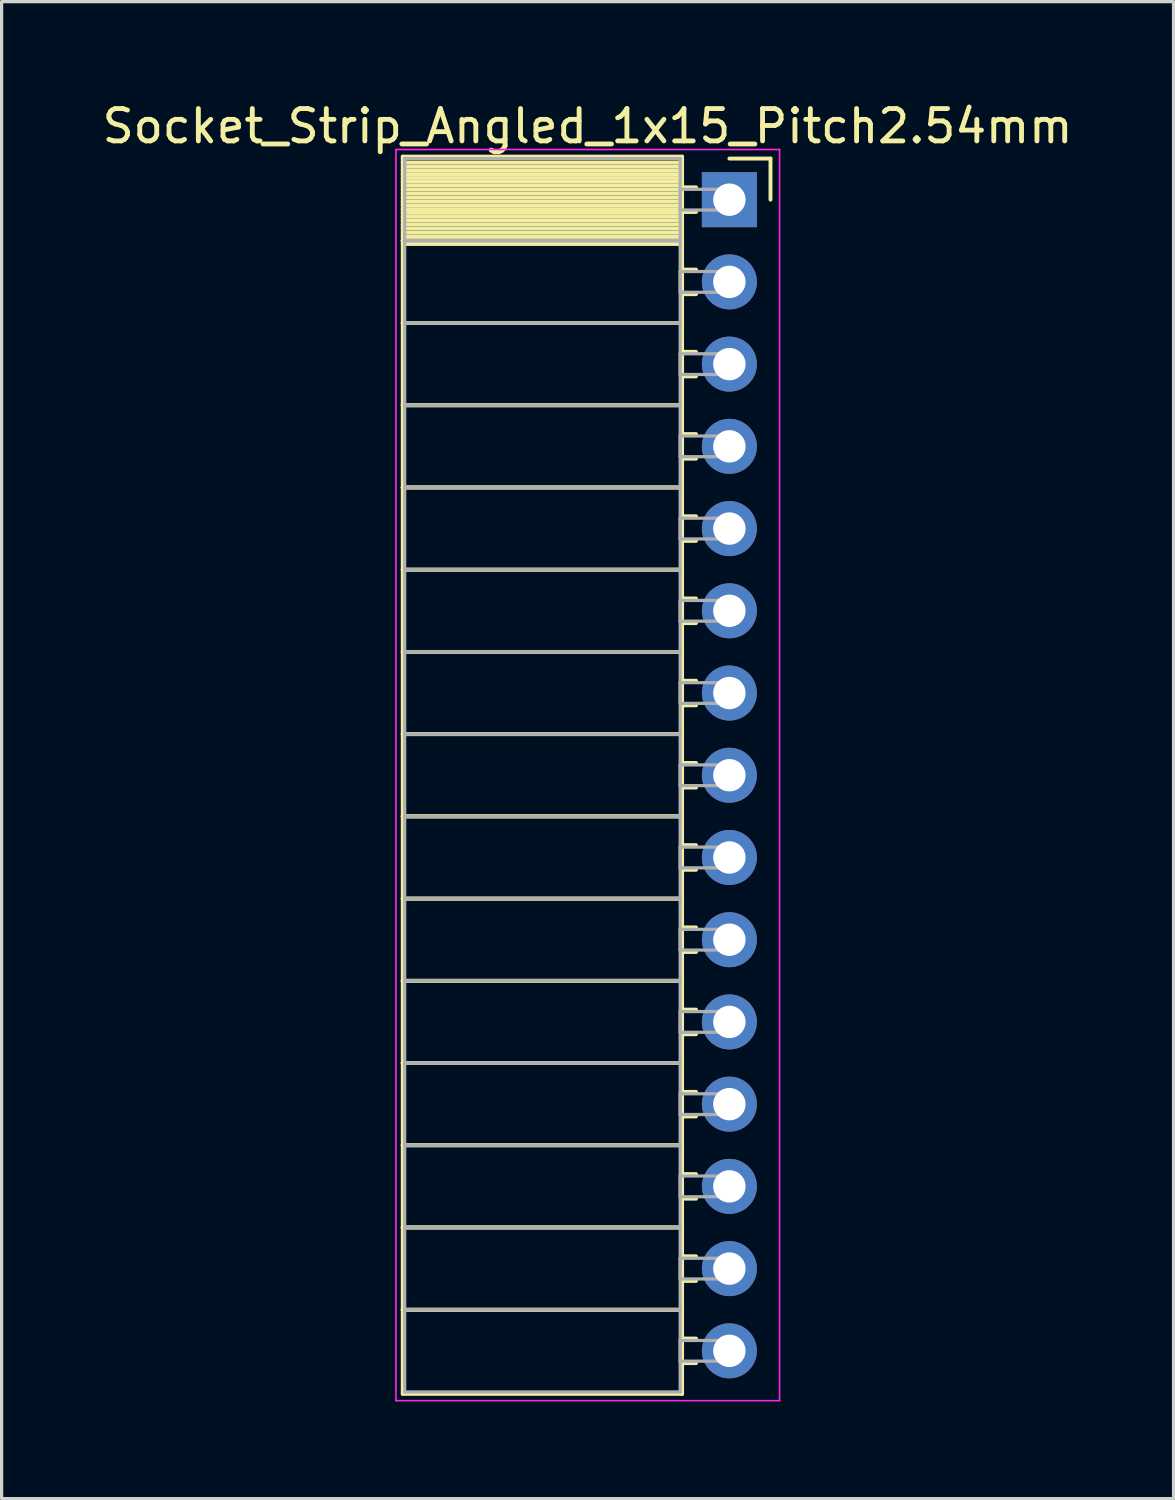
<source format=kicad_pcb>
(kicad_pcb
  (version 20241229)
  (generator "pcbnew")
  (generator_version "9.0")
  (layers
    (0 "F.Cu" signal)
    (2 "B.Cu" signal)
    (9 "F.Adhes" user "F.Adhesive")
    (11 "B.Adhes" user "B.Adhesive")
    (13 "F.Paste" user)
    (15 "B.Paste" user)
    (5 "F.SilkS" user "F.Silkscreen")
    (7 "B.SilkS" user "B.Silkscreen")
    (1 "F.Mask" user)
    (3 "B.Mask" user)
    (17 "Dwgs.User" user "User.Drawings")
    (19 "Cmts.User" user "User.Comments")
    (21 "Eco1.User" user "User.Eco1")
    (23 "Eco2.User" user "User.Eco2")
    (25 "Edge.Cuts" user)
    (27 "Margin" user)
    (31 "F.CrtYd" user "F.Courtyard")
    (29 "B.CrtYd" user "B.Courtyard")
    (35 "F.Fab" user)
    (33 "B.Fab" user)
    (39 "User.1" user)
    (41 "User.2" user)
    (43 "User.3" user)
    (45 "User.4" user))
  (footprint "Socket_Strip_Angled_1x15_Pitch2.54mm"
    (layer "F.Cu")
    (at 19.481 3.118)
    (property "Reference" "Socket_Strip_Angled_1x15_Pitch2.54mm" (at -4.38 -2.27 0) (layer "F.SilkS") (effects (font (size 1 1) (thickness 0.15))))
    (attr through_hole)
    (fp_line (start -10.09 -1.33) (end -1.46 -1.33) (stroke (width 0.12) (type solid)) (layer "F.SilkS"))
    (fp_line (start -10.09 1.27) (end -10.09 -1.33) (stroke (width 0.12) (type solid)) (layer "F.SilkS"))
    (fp_line (start -10.09 1.27) (end -1.46 1.27) (stroke (width 0.12) (type solid)) (layer "F.SilkS"))
    (fp_line (start -10.09 3.81) (end -10.09 1.27) (stroke (width 0.12) (type solid)) (layer "F.SilkS"))
    (fp_line (start -10.09 3.81) (end -1.46 3.81) (stroke (width 0.12) (type solid)) (layer "F.SilkS"))
    (fp_line (start -10.09 6.35) (end -10.09 3.81) (stroke (width 0.12) (type solid)) (layer "F.SilkS"))
    (fp_line (start -10.09 6.35) (end -1.46 6.35) (stroke (width 0.12) (type solid)) (layer "F.SilkS"))
    (fp_line (start -10.09 8.89) (end -10.09 6.35) (stroke (width 0.12) (type solid)) (layer "F.SilkS"))
    (fp_line (start -10.09 8.89) (end -1.46 8.89) (stroke (width 0.12) (type solid)) (layer "F.SilkS"))
    (fp_line (start -10.09 11.43) (end -10.09 8.89) (stroke (width 0.12) (type solid)) (layer "F.SilkS"))
    (fp_line (start -10.09 11.43) (end -1.46 11.43) (stroke (width 0.12) (type solid)) (layer "F.SilkS"))
    (fp_line (start -10.09 13.97) (end -10.09 11.43) (stroke (width 0.12) (type solid)) (layer "F.SilkS"))
    (fp_line (start -10.09 13.97) (end -1.46 13.97) (stroke (width 0.12) (type solid)) (layer "F.SilkS"))
    (fp_line (start -10.09 16.51) (end -10.09 13.97) (stroke (width 0.12) (type solid)) (layer "F.SilkS"))
    (fp_line (start -10.09 16.51) (end -1.46 16.51) (stroke (width 0.12) (type solid)) (layer "F.SilkS"))
    (fp_line (start -10.09 19.05) (end -10.09 16.51) (stroke (width 0.12) (type solid)) (layer "F.SilkS"))
    (fp_line (start -10.09 19.05) (end -1.46 19.05) (stroke (width 0.12) (type solid)) (layer "F.SilkS"))
    (fp_line (start -10.09 21.59) (end -10.09 19.05) (stroke (width 0.12) (type solid)) (layer "F.SilkS"))
    (fp_line (start -10.09 21.59) (end -1.46 21.59) (stroke (width 0.12) (type solid)) (layer "F.SilkS"))
    (fp_line (start -10.09 24.13) (end -10.09 21.59) (stroke (width 0.12) (type solid)) (layer "F.SilkS"))
    (fp_line (start -10.09 24.13) (end -1.46 24.13) (stroke (width 0.12) (type solid)) (layer "F.SilkS"))
    (fp_line (start -10.09 26.67) (end -10.09 24.13) (stroke (width 0.12) (type solid)) (layer "F.SilkS"))
    (fp_line (start -10.09 26.67) (end -1.46 26.67) (stroke (width 0.12) (type solid)) (layer "F.SilkS"))
    (fp_line (start -10.09 29.21) (end -10.09 26.67) (stroke (width 0.12) (type solid)) (layer "F.SilkS"))
    (fp_line (start -10.09 29.21) (end -1.46 29.21) (stroke (width 0.12) (type solid)) (layer "F.SilkS"))
    (fp_line (start -10.09 31.75) (end -10.09 29.21) (stroke (width 0.12) (type solid)) (layer "F.SilkS"))
    (fp_line (start -10.09 31.75) (end -1.46 31.75) (stroke (width 0.12) (type solid)) (layer "F.SilkS"))
    (fp_line (start -10.09 34.29) (end -10.09 31.75) (stroke (width 0.12) (type solid)) (layer "F.SilkS"))
    (fp_line (start -10.09 34.29) (end -1.46 34.29) (stroke (width 0.12) (type solid)) (layer "F.SilkS"))
    (fp_line (start -10.09 36.89) (end -10.09 34.29) (stroke (width 0.12) (type solid)) (layer "F.SilkS"))
    (fp_line (start -1.46 -1.33) (end -1.46 1.27) (stroke (width 0.12) (type solid)) (layer "F.SilkS"))
    (fp_line (start -1.46 -1.15) (end -10.09 -1.15) (stroke (width 0.12) (type solid)) (layer "F.SilkS"))
    (fp_line (start -1.46 -1.03) (end -10.09 -1.03) (stroke (width 0.12) (type solid)) (layer "F.SilkS"))
    (fp_line (start -1.46 -0.91) (end -10.09 -0.91) (stroke (width 0.12) (type solid)) (layer "F.SilkS"))
    (fp_line (start -1.46 -0.79) (end -10.09 -0.79) (stroke (width 0.12) (type solid)) (layer "F.SilkS"))
    (fp_line (start -1.46 -0.67) (end -10.09 -0.67) (stroke (width 0.12) (type solid)) (layer "F.SilkS"))
    (fp_line (start -1.46 -0.55) (end -10.09 -0.55) (stroke (width 0.12) (type solid)) (layer "F.SilkS"))
    (fp_line (start -1.46 -0.43) (end -10.09 -0.43) (stroke (width 0.12) (type solid)) (layer "F.SilkS"))
    (fp_line (start -1.46 -0.31) (end -10.09 -0.31) (stroke (width 0.12) (type solid)) (layer "F.SilkS"))
    (fp_line (start -1.46 -0.19) (end -10.09 -0.19) (stroke (width 0.12) (type solid)) (layer "F.SilkS"))
    (fp_line (start -1.46 -0.07) (end -10.09 -0.07) (stroke (width 0.12) (type solid)) (layer "F.SilkS"))
    (fp_line (start -1.46 0.05) (end -10.09 0.05) (stroke (width 0.12) (type solid)) (layer "F.SilkS"))
    (fp_line (start -1.46 0.17) (end -10.09 0.17) (stroke (width 0.12) (type solid)) (layer "F.SilkS"))
    (fp_line (start -1.46 0.29) (end -10.09 0.29) (stroke (width 0.12) (type solid)) (layer "F.SilkS"))
    (fp_line (start -1.46 0.41) (end -10.09 0.41) (stroke (width 0.12) (type solid)) (layer "F.SilkS"))
    (fp_line (start -1.46 0.53) (end -10.09 0.53) (stroke (width 0.12) (type solid)) (layer "F.SilkS"))
    (fp_line (start -1.46 0.65) (end -10.09 0.65) (stroke (width 0.12) (type solid)) (layer "F.SilkS"))
    (fp_line (start -1.46 0.77) (end -10.09 0.77) (stroke (width 0.12) (type solid)) (layer "F.SilkS"))
    (fp_line (start -1.46 0.89) (end -10.09 0.89) (stroke (width 0.12) (type solid)) (layer "F.SilkS"))
    (fp_line (start -1.46 1.01) (end -10.09 1.01) (stroke (width 0.12) (type solid)) (layer "F.SilkS"))
    (fp_line (start -1.46 1.13) (end -10.09 1.13) (stroke (width 0.12) (type solid)) (layer "F.SilkS"))
    (fp_line (start -1.46 1.25) (end -10.09 1.25) (stroke (width 0.12) (type solid)) (layer "F.SilkS"))
    (fp_line (start -1.46 1.27) (end -10.09 1.27) (stroke (width 0.12) (type solid)) (layer "F.SilkS"))
    (fp_line (start -1.46 1.27) (end -1.46 3.81) (stroke (width 0.12) (type solid)) (layer "F.SilkS"))
    (fp_line (start -1.46 1.37) (end -10.09 1.37) (stroke (width 0.12) (type solid)) (layer "F.SilkS"))
    (fp_line (start -1.46 3.81) (end -10.09 3.81) (stroke (width 0.12) (type solid)) (layer "F.SilkS"))
    (fp_line (start -1.46 3.81) (end -1.46 6.35) (stroke (width 0.12) (type solid)) (layer "F.SilkS"))
    (fp_line (start -1.46 6.35) (end -10.09 6.35) (stroke (width 0.12) (type solid)) (layer "F.SilkS"))
    (fp_line (start -1.46 6.35) (end -1.46 8.89) (stroke (width 0.12) (type solid)) (layer "F.SilkS"))
    (fp_line (start -1.46 8.89) (end -10.09 8.89) (stroke (width 0.12) (type solid)) (layer "F.SilkS"))
    (fp_line (start -1.46 8.89) (end -1.46 11.43) (stroke (width 0.12) (type solid)) (layer "F.SilkS"))
    (fp_line (start -1.46 11.43) (end -10.09 11.43) (stroke (width 0.12) (type solid)) (layer "F.SilkS"))
    (fp_line (start -1.46 11.43) (end -1.46 13.97) (stroke (width 0.12) (type solid)) (layer "F.SilkS"))
    (fp_line (start -1.46 13.97) (end -10.09 13.97) (stroke (width 0.12) (type solid)) (layer "F.SilkS"))
    (fp_line (start -1.46 13.97) (end -1.46 16.51) (stroke (width 0.12) (type solid)) (layer "F.SilkS"))
    (fp_line (start -1.46 16.51) (end -10.09 16.51) (stroke (width 0.12) (type solid)) (layer "F.SilkS"))
    (fp_line (start -1.46 16.51) (end -1.46 19.05) (stroke (width 0.12) (type solid)) (layer "F.SilkS"))
    (fp_line (start -1.46 19.05) (end -10.09 19.05) (stroke (width 0.12) (type solid)) (layer "F.SilkS"))
    (fp_line (start -1.46 19.05) (end -1.46 21.59) (stroke (width 0.12) (type solid)) (layer "F.SilkS"))
    (fp_line (start -1.46 21.59) (end -10.09 21.59) (stroke (width 0.12) (type solid)) (layer "F.SilkS"))
    (fp_line (start -1.46 21.59) (end -1.46 24.13) (stroke (width 0.12) (type solid)) (layer "F.SilkS"))
    (fp_line (start -1.46 24.13) (end -10.09 24.13) (stroke (width 0.12) (type solid)) (layer "F.SilkS"))
    (fp_line (start -1.46 24.13) (end -1.46 26.67) (stroke (width 0.12) (type solid)) (layer "F.SilkS"))
    (fp_line (start -1.46 26.67) (end -10.09 26.67) (stroke (width 0.12) (type solid)) (layer "F.SilkS"))
    (fp_line (start -1.46 26.67) (end -1.46 29.21) (stroke (width 0.12) (type solid)) (layer "F.SilkS"))
    (fp_line (start -1.46 29.21) (end -10.09 29.21) (stroke (width 0.12) (type solid)) (layer "F.SilkS"))
    (fp_line (start -1.46 29.21) (end -1.46 31.75) (stroke (width 0.12) (type solid)) (layer "F.SilkS"))
    (fp_line (start -1.46 31.75) (end -10.09 31.75) (stroke (width 0.12) (type solid)) (layer "F.SilkS"))
    (fp_line (start -1.46 31.75) (end -1.46 34.29) (stroke (width 0.12) (type solid)) (layer "F.SilkS"))
    (fp_line (start -1.46 34.29) (end -10.09 34.29) (stroke (width 0.12) (type solid)) (layer "F.SilkS"))
    (fp_line (start -1.46 34.29) (end -1.46 36.89) (stroke (width 0.12) (type solid)) (layer "F.SilkS"))
    (fp_line (start -1.46 36.89) (end -10.09 36.89) (stroke (width 0.12) (type solid)) (layer "F.SilkS"))
    (fp_line (start -1.03 -0.38) (end -1.46 -0.38) (stroke (width 0.12) (type solid)) (layer "F.SilkS"))
    (fp_line (start -1.03 0.38) (end -1.46 0.38) (stroke (width 0.12) (type solid)) (layer "F.SilkS"))
    (fp_line (start -1.03 2.16) (end -1.46 2.16) (stroke (width 0.12) (type solid)) (layer "F.SilkS"))
    (fp_line (start -1.03 2.92) (end -1.46 2.92) (stroke (width 0.12) (type solid)) (layer "F.SilkS"))
    (fp_line (start -1.03 4.7) (end -1.46 4.7) (stroke (width 0.12) (type solid)) (layer "F.SilkS"))
    (fp_line (start -1.03 5.46) (end -1.46 5.46) (stroke (width 0.12) (type solid)) (layer "F.SilkS"))
    (fp_line (start -1.03 7.24) (end -1.46 7.24) (stroke (width 0.12) (type solid)) (layer "F.SilkS"))
    (fp_line (start -1.03 8) (end -1.46 8) (stroke (width 0.12) (type solid)) (layer "F.SilkS"))
    (fp_line (start -1.03 9.78) (end -1.46 9.78) (stroke (width 0.12) (type solid)) (layer "F.SilkS"))
    (fp_line (start -1.03 10.54) (end -1.46 10.54) (stroke (width 0.12) (type solid)) (layer "F.SilkS"))
    (fp_line (start -1.03 12.32) (end -1.46 12.32) (stroke (width 0.12) (type solid)) (layer "F.SilkS"))
    (fp_line (start -1.03 13.08) (end -1.46 13.08) (stroke (width 0.12) (type solid)) (layer "F.SilkS"))
    (fp_line (start -1.03 14.86) (end -1.46 14.86) (stroke (width 0.12) (type solid)) (layer "F.SilkS"))
    (fp_line (start -1.03 15.62) (end -1.46 15.62) (stroke (width 0.12) (type solid)) (layer "F.SilkS"))
    (fp_line (start -1.03 17.4) (end -1.46 17.4) (stroke (width 0.12) (type solid)) (layer "F.SilkS"))
    (fp_line (start -1.03 18.16) (end -1.46 18.16) (stroke (width 0.12) (type solid)) (layer "F.SilkS"))
    (fp_line (start -1.03 19.94) (end -1.46 19.94) (stroke (width 0.12) (type solid)) (layer "F.SilkS"))
    (fp_line (start -1.03 20.7) (end -1.46 20.7) (stroke (width 0.12) (type solid)) (layer "F.SilkS"))
    (fp_line (start -1.03 22.48) (end -1.46 22.48) (stroke (width 0.12) (type solid)) (layer "F.SilkS"))
    (fp_line (start -1.03 23.24) (end -1.46 23.24) (stroke (width 0.12) (type solid)) (layer "F.SilkS"))
    (fp_line (start -1.03 25.02) (end -1.46 25.02) (stroke (width 0.12) (type solid)) (layer "F.SilkS"))
    (fp_line (start -1.03 25.78) (end -1.46 25.78) (stroke (width 0.12) (type solid)) (layer "F.SilkS"))
    (fp_line (start -1.03 27.56) (end -1.46 27.56) (stroke (width 0.12) (type solid)) (layer "F.SilkS"))
    (fp_line (start -1.03 28.32) (end -1.46 28.32) (stroke (width 0.12) (type solid)) (layer "F.SilkS"))
    (fp_line (start -1.03 30.1) (end -1.46 30.1) (stroke (width 0.12) (type solid)) (layer "F.SilkS"))
    (fp_line (start -1.03 30.86) (end -1.46 30.86) (stroke (width 0.12) (type solid)) (layer "F.SilkS"))
    (fp_line (start -1.03 32.64) (end -1.46 32.64) (stroke (width 0.12) (type solid)) (layer "F.SilkS"))
    (fp_line (start -1.03 33.4) (end -1.46 33.4) (stroke (width 0.12) (type solid)) (layer "F.SilkS"))
    (fp_line (start -1.03 35.18) (end -1.46 35.18) (stroke (width 0.12) (type solid)) (layer "F.SilkS"))
    (fp_line (start -1.03 35.94) (end -1.46 35.94) (stroke (width 0.12) (type solid)) (layer "F.SilkS"))
    (fp_line (start 0 -1.27) (end 1.27 -1.27) (stroke (width 0.12) (type solid)) (layer "F.SilkS"))
    (fp_line (start 1.27 -1.27) (end 1.27 0) (stroke (width 0.12) (type solid)) (layer "F.SilkS"))
    (fp_line (start -10.3 -1.55) (end 1.55 -1.55) (stroke (width 0.05) (type solid)) (layer "F.CrtYd"))
    (fp_line (start -10.3 37.1) (end -10.3 -1.55) (stroke (width 0.05) (type solid)) (layer "F.CrtYd"))
    (fp_line (start 1.55 -1.55) (end 1.55 37.1) (stroke (width 0.05) (type solid)) (layer "F.CrtYd"))
    (fp_line (start 1.55 37.1) (end -10.3 37.1) (stroke (width 0.05) (type solid)) (layer "F.CrtYd"))
    (fp_line (start -10.03 -1.27) (end -1.52 -1.27) (stroke (width 0.1) (type solid)) (layer "F.Fab"))
    (fp_line (start -10.03 1.27) (end -10.03 -1.27) (stroke (width 0.1) (type solid)) (layer "F.Fab"))
    (fp_line (start -10.03 1.27) (end -1.52 1.27) (stroke (width 0.1) (type solid)) (layer "F.Fab"))
    (fp_line (start -10.03 3.81) (end -10.03 1.27) (stroke (width 0.1) (type solid)) (layer "F.Fab"))
    (fp_line (start -10.03 3.81) (end -1.52 3.81) (stroke (width 0.1) (type solid)) (layer "F.Fab"))
    (fp_line (start -10.03 6.35) (end -10.03 3.81) (stroke (width 0.1) (type solid)) (layer "F.Fab"))
    (fp_line (start -10.03 6.35) (end -1.52 6.35) (stroke (width 0.1) (type solid)) (layer "F.Fab"))
    (fp_line (start -10.03 8.89) (end -10.03 6.35) (stroke (width 0.1) (type solid)) (layer "F.Fab"))
    (fp_line (start -10.03 8.89) (end -1.52 8.89) (stroke (width 0.1) (type solid)) (layer "F.Fab"))
    (fp_line (start -10.03 11.43) (end -10.03 8.89) (stroke (width 0.1) (type solid)) (layer "F.Fab"))
    (fp_line (start -10.03 11.43) (end -1.52 11.43) (stroke (width 0.1) (type solid)) (layer "F.Fab"))
    (fp_line (start -10.03 13.97) (end -10.03 11.43) (stroke (width 0.1) (type solid)) (layer "F.Fab"))
    (fp_line (start -10.03 13.97) (end -1.52 13.97) (stroke (width 0.1) (type solid)) (layer "F.Fab"))
    (fp_line (start -10.03 16.51) (end -10.03 13.97) (stroke (width 0.1) (type solid)) (layer "F.Fab"))
    (fp_line (start -10.03 16.51) (end -1.52 16.51) (stroke (width 0.1) (type solid)) (layer "F.Fab"))
    (fp_line (start -10.03 19.05) (end -10.03 16.51) (stroke (width 0.1) (type solid)) (layer "F.Fab"))
    (fp_line (start -10.03 19.05) (end -1.52 19.05) (stroke (width 0.1) (type solid)) (layer "F.Fab"))
    (fp_line (start -10.03 21.59) (end -10.03 19.05) (stroke (width 0.1) (type solid)) (layer "F.Fab"))
    (fp_line (start -10.03 21.59) (end -1.52 21.59) (stroke (width 0.1) (type solid)) (layer "F.Fab"))
    (fp_line (start -10.03 24.13) (end -10.03 21.59) (stroke (width 0.1) (type solid)) (layer "F.Fab"))
    (fp_line (start -10.03 24.13) (end -1.52 24.13) (stroke (width 0.1) (type solid)) (layer "F.Fab"))
    (fp_line (start -10.03 26.67) (end -10.03 24.13) (stroke (width 0.1) (type solid)) (layer "F.Fab"))
    (fp_line (start -10.03 26.67) (end -1.52 26.67) (stroke (width 0.1) (type solid)) (layer "F.Fab"))
    (fp_line (start -10.03 29.21) (end -10.03 26.67) (stroke (width 0.1) (type solid)) (layer "F.Fab"))
    (fp_line (start -10.03 29.21) (end -1.52 29.21) (stroke (width 0.1) (type solid)) (layer "F.Fab"))
    (fp_line (start -10.03 31.75) (end -10.03 29.21) (stroke (width 0.1) (type solid)) (layer "F.Fab"))
    (fp_line (start -10.03 31.75) (end -1.52 31.75) (stroke (width 0.1) (type solid)) (layer "F.Fab"))
    (fp_line (start -10.03 34.29) (end -10.03 31.75) (stroke (width 0.1) (type solid)) (layer "F.Fab"))
    (fp_line (start -10.03 34.29) (end -1.52 34.29) (stroke (width 0.1) (type solid)) (layer "F.Fab"))
    (fp_line (start -10.03 36.83) (end -10.03 34.29) (stroke (width 0.1) (type solid)) (layer "F.Fab"))
    (fp_line (start -1.52 -1.27) (end -1.52 1.27) (stroke (width 0.1) (type solid)) (layer "F.Fab"))
    (fp_line (start -1.52 -0.32) (end 0 -0.32) (stroke (width 0.1) (type solid)) (layer "F.Fab"))
    (fp_line (start -1.52 0.32) (end -1.52 -0.32) (stroke (width 0.1) (type solid)) (layer "F.Fab"))
    (fp_line (start -1.52 1.27) (end -10.03 1.27) (stroke (width 0.1) (type solid)) (layer "F.Fab"))
    (fp_line (start -1.52 1.27) (end -1.52 3.81) (stroke (width 0.1) (type solid)) (layer "F.Fab"))
    (fp_line (start -1.52 2.22) (end 0 2.22) (stroke (width 0.1) (type solid)) (layer "F.Fab"))
    (fp_line (start -1.52 2.86) (end -1.52 2.22) (stroke (width 0.1) (type solid)) (layer "F.Fab"))
    (fp_line (start -1.52 3.81) (end -10.03 3.81) (stroke (width 0.1) (type solid)) (layer "F.Fab"))
    (fp_line (start -1.52 3.81) (end -1.52 6.35) (stroke (width 0.1) (type solid)) (layer "F.Fab"))
    (fp_line (start -1.52 4.76) (end 0 4.76) (stroke (width 0.1) (type solid)) (layer "F.Fab"))
    (fp_line (start -1.52 5.4) (end -1.52 4.76) (stroke (width 0.1) (type solid)) (layer "F.Fab"))
    (fp_line (start -1.52 6.35) (end -10.03 6.35) (stroke (width 0.1) (type solid)) (layer "F.Fab"))
    (fp_line (start -1.52 6.35) (end -1.52 8.89) (stroke (width 0.1) (type solid)) (layer "F.Fab"))
    (fp_line (start -1.52 7.3) (end 0 7.3) (stroke (width 0.1) (type solid)) (layer "F.Fab"))
    (fp_line (start -1.52 7.94) (end -1.52 7.3) (stroke (width 0.1) (type solid)) (layer "F.Fab"))
    (fp_line (start -1.52 8.89) (end -10.03 8.89) (stroke (width 0.1) (type solid)) (layer "F.Fab"))
    (fp_line (start -1.52 8.89) (end -1.52 11.43) (stroke (width 0.1) (type solid)) (layer "F.Fab"))
    (fp_line (start -1.52 9.84) (end 0 9.84) (stroke (width 0.1) (type solid)) (layer "F.Fab"))
    (fp_line (start -1.52 10.48) (end -1.52 9.84) (stroke (width 0.1) (type solid)) (layer "F.Fab"))
    (fp_line (start -1.52 11.43) (end -10.03 11.43) (stroke (width 0.1) (type solid)) (layer "F.Fab"))
    (fp_line (start -1.52 11.43) (end -1.52 13.97) (stroke (width 0.1) (type solid)) (layer "F.Fab"))
    (fp_line (start -1.52 12.38) (end 0 12.38) (stroke (width 0.1) (type solid)) (layer "F.Fab"))
    (fp_line (start -1.52 13.02) (end -1.52 12.38) (stroke (width 0.1) (type solid)) (layer "F.Fab"))
    (fp_line (start -1.52 13.97) (end -10.03 13.97) (stroke (width 0.1) (type solid)) (layer "F.Fab"))
    (fp_line (start -1.52 13.97) (end -1.52 16.51) (stroke (width 0.1) (type solid)) (layer "F.Fab"))
    (fp_line (start -1.52 14.92) (end 0 14.92) (stroke (width 0.1) (type solid)) (layer "F.Fab"))
    (fp_line (start -1.52 15.56) (end -1.52 14.92) (stroke (width 0.1) (type solid)) (layer "F.Fab"))
    (fp_line (start -1.52 16.51) (end -10.03 16.51) (stroke (width 0.1) (type solid)) (layer "F.Fab"))
    (fp_line (start -1.52 16.51) (end -1.52 19.05) (stroke (width 0.1) (type solid)) (layer "F.Fab"))
    (fp_line (start -1.52 17.46) (end 0 17.46) (stroke (width 0.1) (type solid)) (layer "F.Fab"))
    (fp_line (start -1.52 18.1) (end -1.52 17.46) (stroke (width 0.1) (type solid)) (layer "F.Fab"))
    (fp_line (start -1.52 19.05) (end -10.03 19.05) (stroke (width 0.1) (type solid)) (layer "F.Fab"))
    (fp_line (start -1.52 19.05) (end -1.52 21.59) (stroke (width 0.1) (type solid)) (layer "F.Fab"))
    (fp_line (start -1.52 20) (end 0 20) (stroke (width 0.1) (type solid)) (layer "F.Fab"))
    (fp_line (start -1.52 20.64) (end -1.52 20) (stroke (width 0.1) (type solid)) (layer "F.Fab"))
    (fp_line (start -1.52 21.59) (end -10.03 21.59) (stroke (width 0.1) (type solid)) (layer "F.Fab"))
    (fp_line (start -1.52 21.59) (end -1.52 24.13) (stroke (width 0.1) (type solid)) (layer "F.Fab"))
    (fp_line (start -1.52 22.54) (end 0 22.54) (stroke (width 0.1) (type solid)) (layer "F.Fab"))
    (fp_line (start -1.52 23.18) (end -1.52 22.54) (stroke (width 0.1) (type solid)) (layer "F.Fab"))
    (fp_line (start -1.52 24.13) (end -10.03 24.13) (stroke (width 0.1) (type solid)) (layer "F.Fab"))
    (fp_line (start -1.52 24.13) (end -1.52 26.67) (stroke (width 0.1) (type solid)) (layer "F.Fab"))
    (fp_line (start -1.52 25.08) (end 0 25.08) (stroke (width 0.1) (type solid)) (layer "F.Fab"))
    (fp_line (start -1.52 25.72) (end -1.52 25.08) (stroke (width 0.1) (type solid)) (layer "F.Fab"))
    (fp_line (start -1.52 26.67) (end -10.03 26.67) (stroke (width 0.1) (type solid)) (layer "F.Fab"))
    (fp_line (start -1.52 26.67) (end -1.52 29.21) (stroke (width 0.1) (type solid)) (layer "F.Fab"))
    (fp_line (start -1.52 27.62) (end 0 27.62) (stroke (width 0.1) (type solid)) (layer "F.Fab"))
    (fp_line (start -1.52 28.26) (end -1.52 27.62) (stroke (width 0.1) (type solid)) (layer "F.Fab"))
    (fp_line (start -1.52 29.21) (end -10.03 29.21) (stroke (width 0.1) (type solid)) (layer "F.Fab"))
    (fp_line (start -1.52 29.21) (end -1.52 31.75) (stroke (width 0.1) (type solid)) (layer "F.Fab"))
    (fp_line (start -1.52 30.16) (end 0 30.16) (stroke (width 0.1) (type solid)) (layer "F.Fab"))
    (fp_line (start -1.52 30.8) (end -1.52 30.16) (stroke (width 0.1) (type solid)) (layer "F.Fab"))
    (fp_line (start -1.52 31.75) (end -10.03 31.75) (stroke (width 0.1) (type solid)) (layer "F.Fab"))
    (fp_line (start -1.52 31.75) (end -1.52 34.29) (stroke (width 0.1) (type solid)) (layer "F.Fab"))
    (fp_line (start -1.52 32.7) (end 0 32.7) (stroke (width 0.1) (type solid)) (layer "F.Fab"))
    (fp_line (start -1.52 33.34) (end -1.52 32.7) (stroke (width 0.1) (type solid)) (layer "F.Fab"))
    (fp_line (start -1.52 34.29) (end -10.03 34.29) (stroke (width 0.1) (type solid)) (layer "F.Fab"))
    (fp_line (start -1.52 34.29) (end -1.52 36.83) (stroke (width 0.1) (type solid)) (layer "F.Fab"))
    (fp_line (start -1.52 35.24) (end 0 35.24) (stroke (width 0.1) (type solid)) (layer "F.Fab"))
    (fp_line (start -1.52 35.88) (end -1.52 35.24) (stroke (width 0.1) (type solid)) (layer "F.Fab"))
    (fp_line (start -1.52 36.83) (end -10.03 36.83) (stroke (width 0.1) (type solid)) (layer "F.Fab"))
    (fp_line (start 0 -0.32) (end 0 0.32) (stroke (width 0.1) (type solid)) (layer "F.Fab"))
    (fp_line (start 0 0.32) (end -1.52 0.32) (stroke (width 0.1) (type solid)) (layer "F.Fab"))
    (fp_line (start 0 2.22) (end 0 2.86) (stroke (width 0.1) (type solid)) (layer "F.Fab"))
    (fp_line (start 0 2.86) (end -1.52 2.86) (stroke (width 0.1) (type solid)) (layer "F.Fab"))
    (fp_line (start 0 4.76) (end 0 5.4) (stroke (width 0.1) (type solid)) (layer "F.Fab"))
    (fp_line (start 0 5.4) (end -1.52 5.4) (stroke (width 0.1) (type solid)) (layer "F.Fab"))
    (fp_line (start 0 7.3) (end 0 7.94) (stroke (width 0.1) (type solid)) (layer "F.Fab"))
    (fp_line (start 0 7.94) (end -1.52 7.94) (stroke (width 0.1) (type solid)) (layer "F.Fab"))
    (fp_line (start 0 9.84) (end 0 10.48) (stroke (width 0.1) (type solid)) (layer "F.Fab"))
    (fp_line (start 0 10.48) (end -1.52 10.48) (stroke (width 0.1) (type solid)) (layer "F.Fab"))
    (fp_line (start 0 12.38) (end 0 13.02) (stroke (width 0.1) (type solid)) (layer "F.Fab"))
    (fp_line (start 0 13.02) (end -1.52 13.02) (stroke (width 0.1) (type solid)) (layer "F.Fab"))
    (fp_line (start 0 14.92) (end 0 15.56) (stroke (width 0.1) (type solid)) (layer "F.Fab"))
    (fp_line (start 0 15.56) (end -1.52 15.56) (stroke (width 0.1) (type solid)) (layer "F.Fab"))
    (fp_line (start 0 17.46) (end 0 18.1) (stroke (width 0.1) (type solid)) (layer "F.Fab"))
    (fp_line (start 0 18.1) (end -1.52 18.1) (stroke (width 0.1) (type solid)) (layer "F.Fab"))
    (fp_line (start 0 20) (end 0 20.64) (stroke (width 0.1) (type solid)) (layer "F.Fab"))
    (fp_line (start 0 20.64) (end -1.52 20.64) (stroke (width 0.1) (type solid)) (layer "F.Fab"))
    (fp_line (start 0 22.54) (end 0 23.18) (stroke (width 0.1) (type solid)) (layer "F.Fab"))
    (fp_line (start 0 23.18) (end -1.52 23.18) (stroke (width 0.1) (type solid)) (layer "F.Fab"))
    (fp_line (start 0 25.08) (end 0 25.72) (stroke (width 0.1) (type solid)) (layer "F.Fab"))
    (fp_line (start 0 25.72) (end -1.52 25.72) (stroke (width 0.1) (type solid)) (layer "F.Fab"))
    (fp_line (start 0 27.62) (end 0 28.26) (stroke (width 0.1) (type solid)) (layer "F.Fab"))
    (fp_line (start 0 28.26) (end -1.52 28.26) (stroke (width 0.1) (type solid)) (layer "F.Fab"))
    (fp_line (start 0 30.16) (end 0 30.8) (stroke (width 0.1) (type solid)) (layer "F.Fab"))
    (fp_line (start 0 30.8) (end -1.52 30.8) (stroke (width 0.1) (type solid)) (layer "F.Fab"))
    (fp_line (start 0 32.7) (end 0 33.34) (stroke (width 0.1) (type solid)) (layer "F.Fab"))
    (fp_line (start 0 33.34) (end -1.52 33.34) (stroke (width 0.1) (type solid)) (layer "F.Fab"))
    (fp_line (start 0 35.24) (end 0 35.88) (stroke (width 0.1) (type solid)) (layer "F.Fab"))
    (fp_line (start 0 35.88) (end -1.52 35.88) (stroke (width 0.1) (type solid)) (layer "F.Fab"))
    (pad "1" thru_hole rect (at 0 0) (size 1.7 1.7) (drill 1) (layers "*.Cu" "*.Mask"))
    (pad "2" thru_hole oval (at 0 2.54) (size 1.7 1.7) (drill 1) (layers "*.Cu" "*.Mask"))
    (pad "3" thru_hole oval (at 0 5.08) (size 1.7 1.7) (drill 1) (layers "*.Cu" "*.Mask"))
    (pad "4" thru_hole oval (at 0 7.62) (size 1.7 1.7) (drill 1) (layers "*.Cu" "*.Mask"))
    (pad "5" thru_hole oval (at 0 10.16) (size 1.7 1.7) (drill 1) (layers "*.Cu" "*.Mask"))
    (pad "6" thru_hole oval (at 0 12.7) (size 1.7 1.7) (drill 1) (layers "*.Cu" "*.Mask"))
    (pad "7" thru_hole oval (at 0 15.24) (size 1.7 1.7) (drill 1) (layers "*.Cu" "*.Mask"))
    (pad "8" thru_hole oval (at 0 17.78) (size 1.7 1.7) (drill 1) (layers "*.Cu" "*.Mask"))
    (pad "9" thru_hole oval (at 0 20.32) (size 1.7 1.7) (drill 1) (layers "*.Cu" "*.Mask"))
    (pad "10" thru_hole oval (at 0 22.86) (size 1.7 1.7) (drill 1) (layers "*.Cu" "*.Mask"))
    (pad "11" thru_hole oval (at 0 25.4) (size 1.7 1.7) (drill 1) (layers "*.Cu" "*.Mask"))
    (pad "12" thru_hole oval (at 0 27.94) (size 1.7 1.7) (drill 1) (layers "*.Cu" "*.Mask"))
    (pad "13" thru_hole oval (at 0 30.48) (size 1.7 1.7) (drill 1) (layers "*.Cu" "*.Mask"))
    (pad "14" thru_hole oval (at 0 33.02) (size 1.7 1.7) (drill 1) (layers "*.Cu" "*.Mask"))
    (pad "15" thru_hole oval (at 0 35.56) (size 1.7 1.7) (drill 1) (layers "*.Cu" "*.Mask")))
  (gr_rect
    (start -3 -3)
    (end 33.202 43.243)
    (stroke (width 0.1) (type default))
    (fill no)
    (layer "Edge.Cuts")))
</source>
